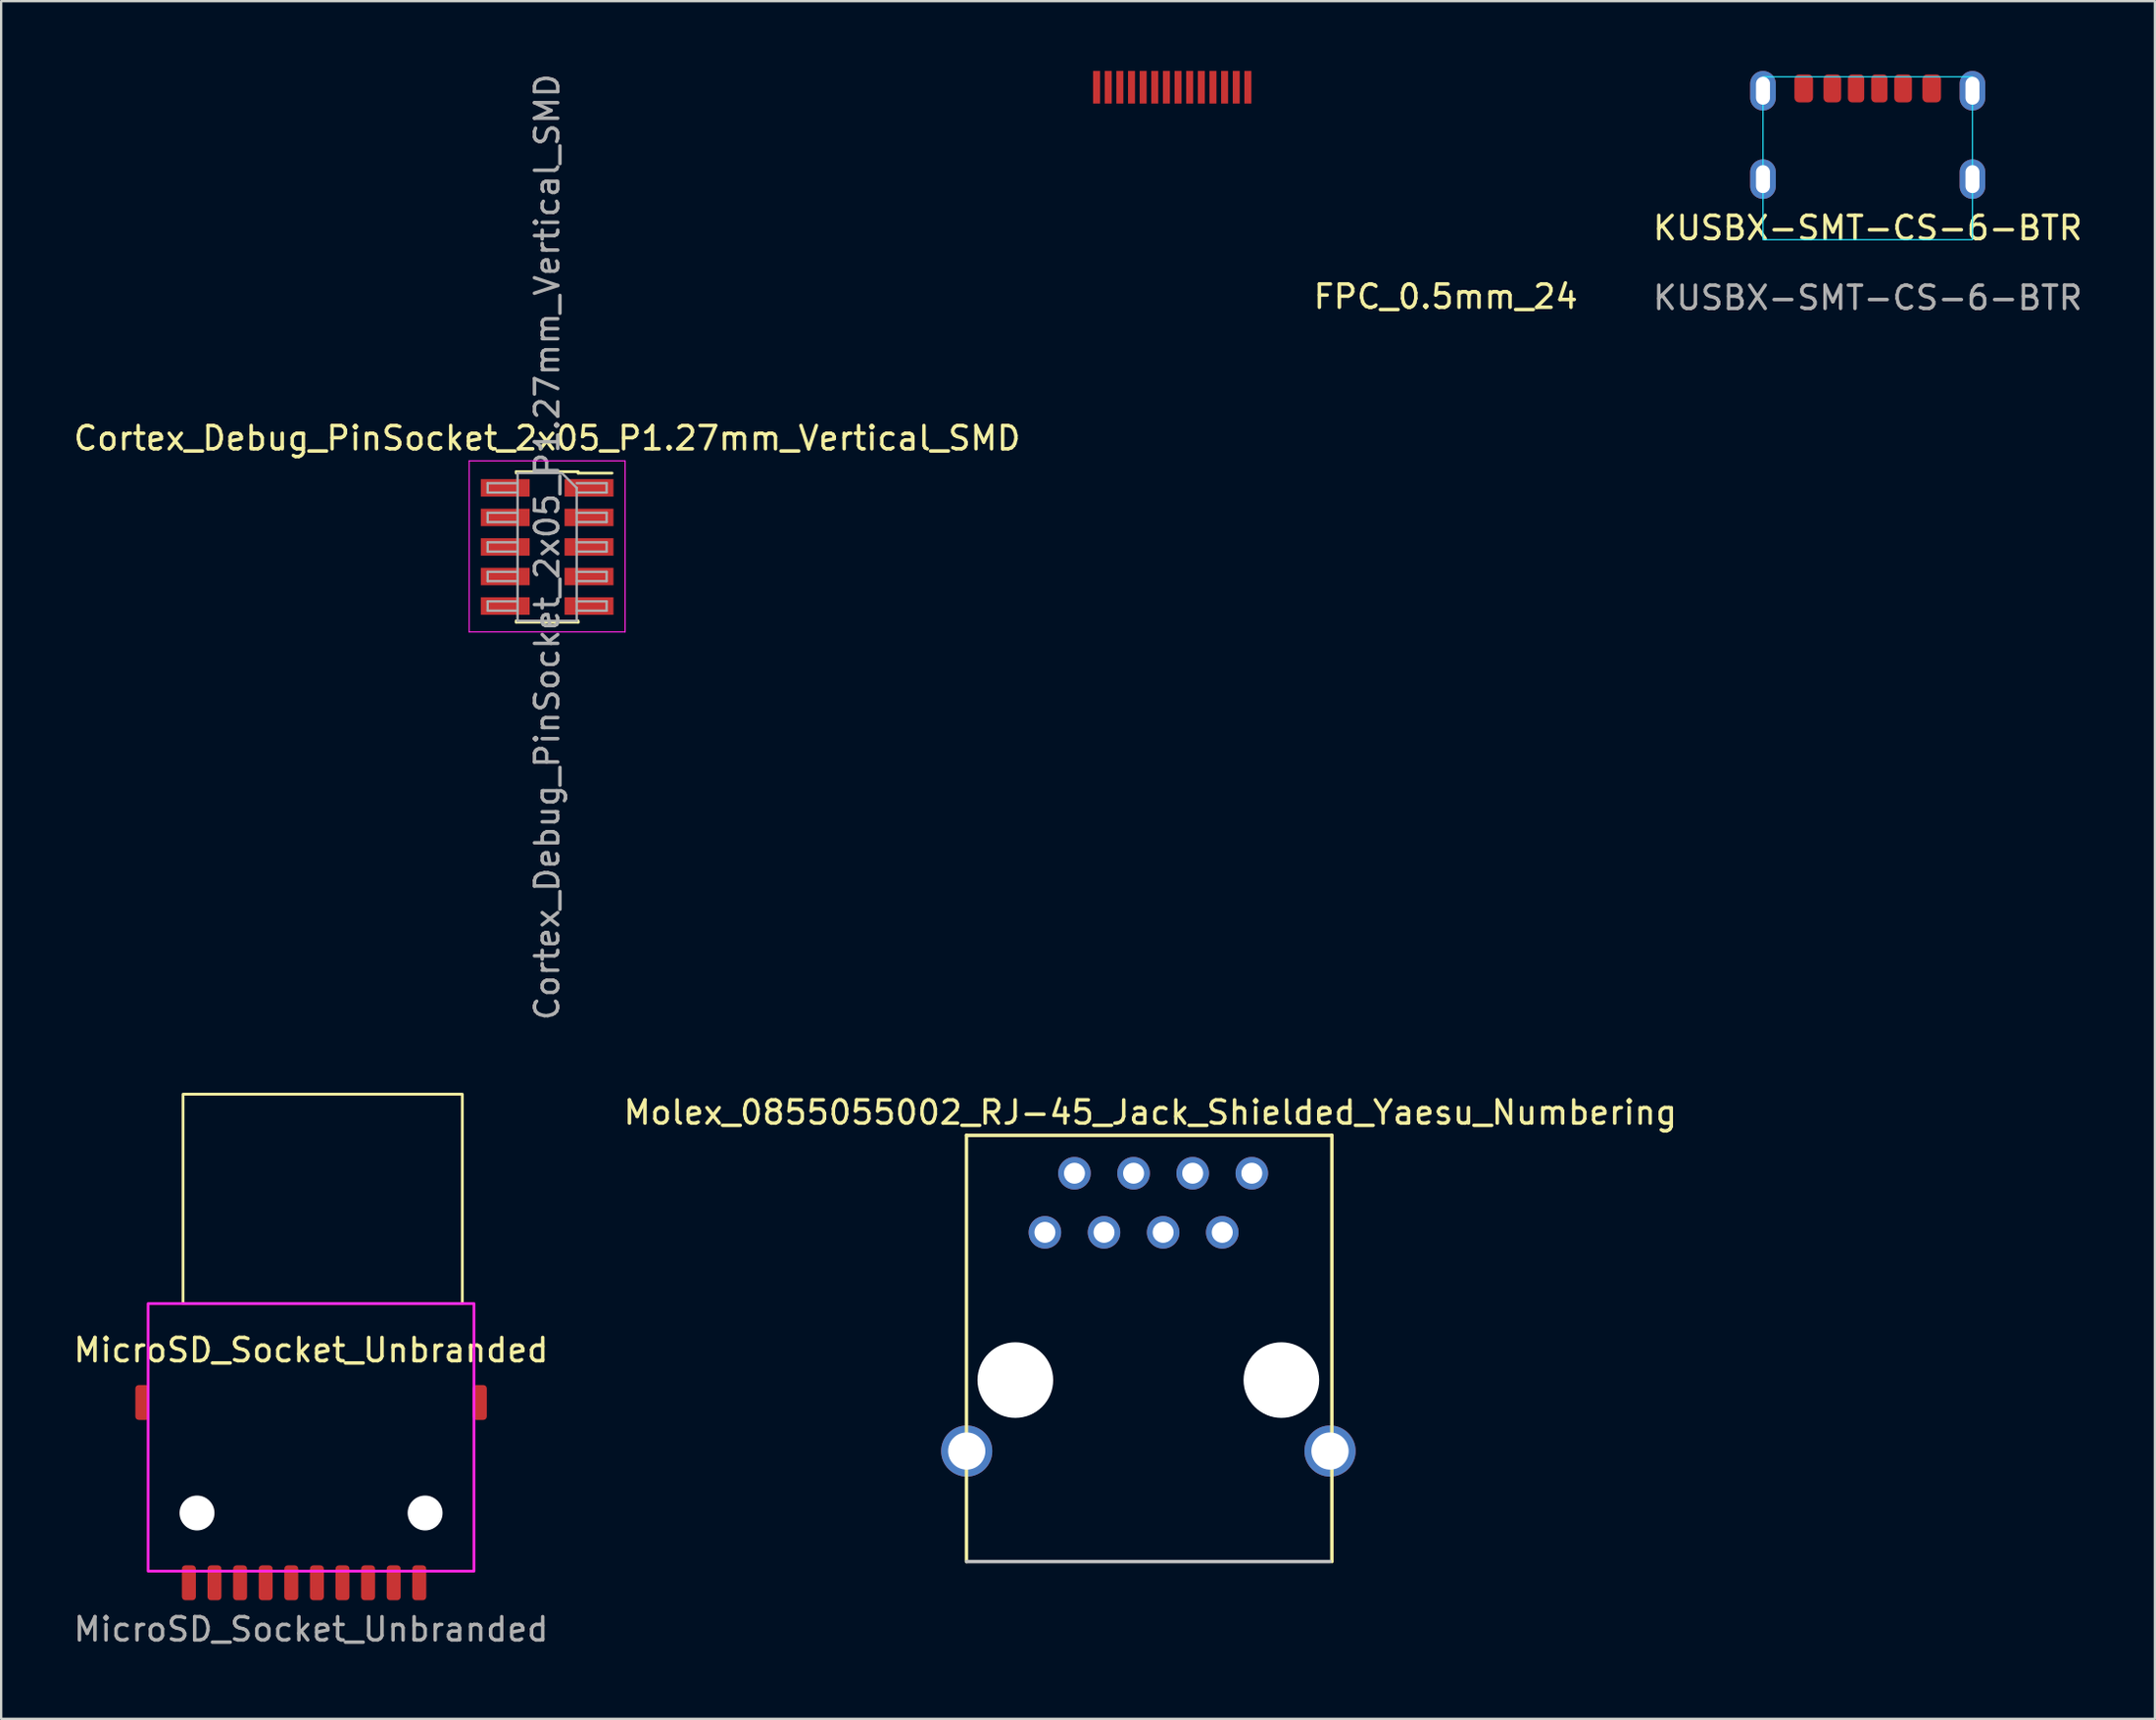
<source format=kicad_pcb>
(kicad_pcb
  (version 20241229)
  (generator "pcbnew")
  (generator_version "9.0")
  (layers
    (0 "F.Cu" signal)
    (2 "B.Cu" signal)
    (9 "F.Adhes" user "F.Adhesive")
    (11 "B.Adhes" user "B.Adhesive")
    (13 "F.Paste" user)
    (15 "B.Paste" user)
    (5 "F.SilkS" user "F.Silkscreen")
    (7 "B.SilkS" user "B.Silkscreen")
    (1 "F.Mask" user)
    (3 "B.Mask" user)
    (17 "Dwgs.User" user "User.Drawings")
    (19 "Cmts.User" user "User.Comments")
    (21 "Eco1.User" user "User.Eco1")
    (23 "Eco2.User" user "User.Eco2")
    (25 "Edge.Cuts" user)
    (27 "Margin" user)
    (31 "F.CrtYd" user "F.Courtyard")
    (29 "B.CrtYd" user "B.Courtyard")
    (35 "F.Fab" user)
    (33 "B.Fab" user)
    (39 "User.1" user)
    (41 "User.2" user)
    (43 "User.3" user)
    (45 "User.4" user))
  (footprint "Cortex_Debug_PinSocket_2x05_P1.27mm_Vertical_SMD"
    (layer "F.Cu")
    (at 20.458 20.458)
    (property "Reference" "Cortex_Debug_PinSocket_2x05_P1.27mm_Vertical_SMD" (at 0 -4.675 0) (layer "F.SilkS") (effects (font (size 1 1) (thickness 0.15))))
    (attr smd)
    (fp_line (start -1.33 -3.235) (end -1.33 -3.175) (stroke (width 0.12) (type solid)) (layer "F.SilkS"))
    (fp_line (start -1.33 -3.235) (end 1.33 -3.235) (stroke (width 0.12) (type solid)) (layer "F.SilkS"))
    (fp_line (start -1.33 3.175) (end -1.33 3.235) (stroke (width 0.12) (type solid)) (layer "F.SilkS"))
    (fp_line (start -1.33 3.235) (end 1.33 3.235) (stroke (width 0.12) (type solid)) (layer "F.SilkS"))
    (fp_line (start 1.33 -3.235) (end 1.33 -3.175) (stroke (width 0.12) (type solid)) (layer "F.SilkS"))
    (fp_line (start 1.33 -3.175) (end 2.79 -3.175) (stroke (width 0.12) (type solid)) (layer "F.SilkS"))
    (fp_line (start 1.33 3.175) (end 1.33 3.235) (stroke (width 0.12) (type solid)) (layer "F.SilkS"))
    (fp_line (start -3.35 -3.7) (end 3.35 -3.7) (stroke (width 0.05) (type solid)) (layer "F.CrtYd"))
    (fp_line (start -3.35 3.65) (end -3.35 -3.7) (stroke (width 0.05) (type solid)) (layer "F.CrtYd"))
    (fp_line (start 3.35 -3.7) (end 3.35 3.65) (stroke (width 0.05) (type solid)) (layer "F.CrtYd"))
    (fp_line (start 3.35 3.65) (end -3.35 3.65) (stroke (width 0.05) (type solid)) (layer "F.CrtYd"))
    (fp_line (start -2.555 -2.74) (end -1.27 -2.74) (stroke (width 0.1) (type solid)) (layer "F.Fab"))
    (fp_line (start -2.555 -2.34) (end -2.555 -2.74) (stroke (width 0.1) (type solid)) (layer "F.Fab"))
    (fp_line (start -2.555 -1.47) (end -1.27 -1.47) (stroke (width 0.1) (type solid)) (layer "F.Fab"))
    (fp_line (start -2.555 -1.07) (end -2.555 -1.47) (stroke (width 0.1) (type solid)) (layer "F.Fab"))
    (fp_line (start -2.555 -0.2) (end -1.27 -0.2) (stroke (width 0.1) (type solid)) (layer "F.Fab"))
    (fp_line (start -2.555 0.2) (end -2.555 -0.2) (stroke (width 0.1) (type solid)) (layer "F.Fab"))
    (fp_line (start -2.555 1.07) (end -1.27 1.07) (stroke (width 0.1) (type solid)) (layer "F.Fab"))
    (fp_line (start -2.555 1.47) (end -2.555 1.07) (stroke (width 0.1) (type solid)) (layer "F.Fab"))
    (fp_line (start -2.555 2.34) (end -1.27 2.34) (stroke (width 0.1) (type solid)) (layer "F.Fab"))
    (fp_line (start -2.555 2.74) (end -2.555 2.34) (stroke (width 0.1) (type solid)) (layer "F.Fab"))
    (fp_line (start -1.27 -3.175) (end 0.635 -3.175) (stroke (width 0.1) (type solid)) (layer "F.Fab"))
    (fp_line (start -1.27 -2.34) (end -2.555 -2.34) (stroke (width 0.1) (type solid)) (layer "F.Fab"))
    (fp_line (start -1.27 -1.07) (end -2.555 -1.07) (stroke (width 0.1) (type solid)) (layer "F.Fab"))
    (fp_line (start -1.27 0.2) (end -2.555 0.2) (stroke (width 0.1) (type solid)) (layer "F.Fab"))
    (fp_line (start -1.27 1.47) (end -2.555 1.47) (stroke (width 0.1) (type solid)) (layer "F.Fab"))
    (fp_line (start -1.27 2.74) (end -2.555 2.74) (stroke (width 0.1) (type solid)) (layer "F.Fab"))
    (fp_line (start -1.27 3.175) (end -1.27 -3.175) (stroke (width 0.1) (type solid)) (layer "F.Fab"))
    (fp_line (start 0.635 -3.175) (end 1.27 -2.54) (stroke (width 0.1) (type solid)) (layer "F.Fab"))
    (fp_line (start 1.27 -2.74) (end 2.555 -2.74) (stroke (width 0.1) (type solid)) (layer "F.Fab"))
    (fp_line (start 1.27 -2.54) (end 1.27 3.175) (stroke (width 0.1) (type solid)) (layer "F.Fab"))
    (fp_line (start 1.27 -1.47) (end 2.555 -1.47) (stroke (width 0.1) (type solid)) (layer "F.Fab"))
    (fp_line (start 1.27 -0.2) (end 2.555 -0.2) (stroke (width 0.1) (type solid)) (layer "F.Fab"))
    (fp_line (start 1.27 1.07) (end 2.555 1.07) (stroke (width 0.1) (type solid)) (layer "F.Fab"))
    (fp_line (start 1.27 2.34) (end 2.555 2.34) (stroke (width 0.1) (type solid)) (layer "F.Fab"))
    (fp_line (start 1.27 3.175) (end -1.27 3.175) (stroke (width 0.1) (type solid)) (layer "F.Fab"))
    (fp_line (start 2.555 -2.74) (end 2.555 -2.34) (stroke (width 0.1) (type solid)) (layer "F.Fab"))
    (fp_line (start 2.555 -2.34) (end 1.27 -2.34) (stroke (width 0.1) (type solid)) (layer "F.Fab"))
    (fp_line (start 2.555 -1.47) (end 2.555 -1.07) (stroke (width 0.1) (type solid)) (layer "F.Fab"))
    (fp_line (start 2.555 -1.07) (end 1.27 -1.07) (stroke (width 0.1) (type solid)) (layer "F.Fab"))
    (fp_line (start 2.555 -0.2) (end 2.555 0.2) (stroke (width 0.1) (type solid)) (layer "F.Fab"))
    (fp_line (start 2.555 0.2) (end 1.27 0.2) (stroke (width 0.1) (type solid)) (layer "F.Fab"))
    (fp_line (start 2.555 1.07) (end 2.555 1.47) (stroke (width 0.1) (type solid)) (layer "F.Fab"))
    (fp_line (start 2.555 1.47) (end 1.27 1.47) (stroke (width 0.1) (type solid)) (layer "F.Fab"))
    (fp_line (start 2.555 2.34) (end 2.555 2.74) (stroke (width 0.1) (type solid)) (layer "F.Fab"))
    (fp_line (start 2.555 2.74) (end 1.27 2.74) (stroke (width 0.1) (type solid)) (layer "F.Fab"))
    (fp_text user "${REFERENCE}" (at 0 0 90) (layer "F.Fab") (effects (font (size 1 1) (thickness 0.15))))
    (pad "1" smd rect (at 1.8 -2.54) (size 2.1 0.75) (layers "F.Cu" "F.Mask" "F.Paste"))
    (pad "2" smd rect (at -1.8 -2.54) (size 2.1 0.75) (layers "F.Cu" "F.Mask" "F.Paste"))
    (pad "3" smd rect (at 1.8 -1.27) (size 2.1 0.75) (layers "F.Cu" "F.Mask" "F.Paste"))
    (pad "4" smd rect (at -1.8 -1.27) (size 2.1 0.75) (layers "F.Cu" "F.Mask" "F.Paste"))
    (pad "5" smd rect (at 1.8 0) (size 2.1 0.75) (layers "F.Cu" "F.Mask" "F.Paste"))
    (pad "6" smd rect (at -1.8 0) (size 2.1 0.75) (layers "F.Cu" "F.Mask" "F.Paste"))
    (pad "7" smd rect (at 1.8 1.27) (size 2.1 0.75) (layers "F.Cu" "F.Mask" "F.Paste"))
    (pad "8" smd rect (at -1.8 1.27) (size 2.1 0.75) (layers "F.Cu" "F.Mask" "F.Paste"))
    (pad "9" smd rect (at 1.8 2.54) (size 2.1 0.75) (layers "F.Cu" "F.Mask" "F.Paste"))
    (pad "10" smd rect (at -1.8 2.54) (size 2.1 0.75) (layers "F.Cu" "F.Mask" "F.Paste")))
  (footprint "FPC_0.5mm_24"
    (layer "F.Cu")
    (at 59.067 0.7)
    (property "Reference" "FPC_0.5mm_24" (at 0 9 0) (layer "F.SilkS") (effects (font (size 1 1) (thickness 0.15))))
    (attr through_hole)
    (pad "1" smd rect (at -15 0) (size 0.3 1.4) (layers "F.Cu" "F.Mask" "F.Paste"))
    (pad "2" smd rect (at -14.5 0) (size 0.3 1.4) (layers "F.Cu" "F.Mask" "F.Paste"))
    (pad "3" smd rect (at -14 0) (size 0.3 1.4) (layers "F.Cu" "F.Mask" "F.Paste"))
    (pad "4" smd rect (at -13.5 0) (size 0.3 1.4) (layers "F.Cu" "F.Mask" "F.Paste"))
    (pad "5" smd rect (at -13 0) (size 0.3 1.4) (layers "F.Cu" "F.Mask" "F.Paste"))
    (pad "6" smd rect (at -12.5 0) (size 0.3 1.4) (layers "F.Cu" "F.Mask" "F.Paste"))
    (pad "7" smd rect (at -12 0) (size 0.3 1.4) (layers "F.Cu" "F.Mask" "F.Paste"))
    (pad "8" smd rect (at -11.5 0) (size 0.3 1.4) (layers "F.Cu" "F.Mask" "F.Paste"))
    (pad "9" smd rect (at -11 0) (size 0.3 1.4) (layers "F.Cu" "F.Mask" "F.Paste"))
    (pad "10" smd rect (at -10.5 0) (size 0.3 1.4) (layers "F.Cu" "F.Mask" "F.Paste"))
    (pad "11" smd rect (at -10 0) (size 0.3 1.4) (layers "F.Cu" "F.Mask" "F.Paste"))
    (pad "12" smd rect (at -9.5 0) (size 0.3 1.4) (layers "F.Cu" "F.Mask" "F.Paste"))
    (pad "13" smd rect (at -9 0) (size 0.3 1.4) (layers "F.Cu" "F.Mask" "F.Paste"))
    (pad "14" smd rect (at -8.5 0) (size 0.3 1.4) (layers "F.Cu" "F.Mask" "F.Paste")))
  (footprint "KUSBX-SMT-CS-6-BTR"
    (layer "F.Cu")
    (at 77.198 7.25)
    (property "Reference" "KUSBX-SMT-CS-6-BTR" (at 0 -0.5 0) (unlocked yes) (layer "F.SilkS") (effects (font (size 1 1) (thickness 0.15))))
    (attr smd)
    (fp_rect (start -4.5 0) (end 4.5 -7) (stroke (width 0.05) (type solid)) (fill no) (layer "B.CrtYd"))
    (fp_text user "${REFERENCE}" (at 0 2.5 0) (unlocked yes) (layer "F.Fab") (effects (font (size 1 1) (thickness 0.15))))
    (pad "A5" smd roundrect (at -0.5 -6.5) (size 0.7 1.2) (layers "F.Cu" "F.Mask" "F.Paste") (roundrect_rratio 0.25))
    (pad "A9" smd roundrect (at 1.52 -6.5) (size 0.76 1.2) (layers "F.Cu" "F.Mask" "F.Paste") (roundrect_rratio 0.25))
    (pad "A12" smd roundrect (at 2.75 -6.5) (size 0.8 1.2) (layers "F.Cu" "F.Mask" "F.Paste") (roundrect_rratio 0.25))
    (pad "B5" smd roundrect (at 0.5 -6.5) (size 0.7 1.2) (layers "F.Cu" "F.Mask" "F.Paste") (roundrect_rratio 0.25))
    (pad "B9" smd roundrect (at -1.52 -6.5) (size 0.76 1.2) (layers "F.Cu" "F.Mask" "F.Paste") (roundrect_rratio 0.25))
    (pad "B12" smd roundrect (at -2.75 -6.5) (size 0.8 1.2) (layers "F.Cu" "F.Mask" "F.Paste") (roundrect_rratio 0.25))
    (pad "S1" thru_hole oval (at -4.5 -6.4) (size 1.1 1.7) (drill oval 0.6 1.2) (layers "*.Cu" "*.Mask"))
    (pad "S1" thru_hole oval (at -4.5 -2.6) (size 1.1 1.7) (drill oval 0.6 1.2) (layers "*.Cu" "*.Mask"))
    (pad "S1" thru_hole oval (at 4.5 -6.4) (size 1.1 1.7) (drill oval 0.6 1.2) (layers "*.Cu" "*.Mask"))
    (pad "S1" thru_hole oval (at 4.5 -2.6) (size 1.1 1.7) (drill oval 0.6 1.2) (layers "*.Cu" "*.Mask")))
  (footprint "Molex_0855055002_RJ-45_Jack_Shielded_Yaesu_Numbering"
    (layer "F.Cu")
    (at 40.575 56.265)
    (property "Reference" "Molex_0855055002_RJ-45_Jack_Shielded_Yaesu_Numbering" (at 5.8 -11.5 0) (layer "F.SilkS") (effects (font (size 1 1) (thickness 0.15))))
    (attr through_hole)
    (fp_line (start -2.1 -10.52) (end 13.6 -10.52) (stroke (width 0.15) (type solid)) (layer "F.SilkS"))
    (fp_line (start -2.1 7.8) (end -2.1 -10.52) (stroke (width 0.15) (type solid)) (layer "F.SilkS"))
    (fp_line (start 13.6 -10.52) (end 13.6 7.8) (stroke (width 0.15) (type solid)) (layer "F.SilkS"))
    (fp_line (start -2.09 7.8) (end 13.52 7.8) (stroke (width 0.15) (type solid)) (layer "Dwgs.User"))
    (pad "" np_thru_hole circle (at 0 0) (size 3.25 3.25) (drill 3.25) (layers "*.Cu" "*.Mask"))
    (pad "" np_thru_hole circle (at 11.43 0) (size 3.25 3.25) (drill 3.25) (layers "*.Cu" "*.Mask"))
    (pad "1" thru_hole circle (at 10.16 -8.89) (size 1.4 1.4) (drill 0.9) (layers "*.Cu" "*.Mask"))
    (pad "2" thru_hole circle (at 8.89 -6.35) (size 1.4 1.4) (drill 0.9) (layers "*.Cu" "*.Mask"))
    (pad "3" thru_hole circle (at 7.62 -8.89) (size 1.4 1.4) (drill 0.9) (layers "*.Cu" "*.Mask"))
    (pad "4" thru_hole circle (at 6.35 -6.35) (size 1.4 1.4) (drill 0.9) (layers "*.Cu" "*.Mask"))
    (pad "5" thru_hole circle (at 5.08 -8.89) (size 1.4 1.4) (drill 0.9) (layers "*.Cu" "*.Mask"))
    (pad "6" thru_hole circle (at 3.81 -6.35) (size 1.4 1.4) (drill 0.9) (layers "*.Cu" "*.Mask"))
    (pad "7" thru_hole circle (at 2.54 -8.89) (size 1.4 1.4) (drill 0.9) (layers "*.Cu" "*.Mask"))
    (pad "8" thru_hole circle (at 1.27 -6.35) (size 1.4 1.4) (drill 0.9) (layers "*.Cu" "*.Mask"))
    (pad "SH" thru_hole circle (at -2.09 3.05) (size 2.2 2.2) (drill 1.6) (layers "*.Cu" "*.Mask"))
    (pad "SH" thru_hole circle (at 13.52 3.05) (size 2.2 2.2) (drill 1.6) (layers "*.Cu" "*.Mask")))
  (footprint "MicroSD_Socket_Unbranded"
    (layer "F.Cu")
    (at 10.315 64.477)
    (property "Reference" "MicroSD_Socket_Unbranded" (at 0 -9.5 0) (unlocked yes) (layer "F.SilkS") (effects (font (size 1 1) (thickness 0.15))))
    (attr smd)
    (fp_rect (start -5.5 -20.5) (end 6.5 -11.5) (stroke (width 0.12) (type default)) (fill no) (layer "F.SilkS"))
    (fp_rect (start -7 -11.5) (end 7 0) (stroke (width 0.12) (type default)) (fill no) (layer "F.CrtYd"))
    (fp_text user "${REFERENCE}" (at 0 2.5 0) (unlocked yes) (layer "F.Fab") (effects (font (size 1 1) (thickness 0.15))))
    (pad "" np_thru_hole circle (at -4.9 -2.5 180) (size 1.5 1.5) (drill 1.5) (layers "*.Cu" "*.Mask"))
    (pad "" np_thru_hole circle (at 4.9 -2.5 180) (size 1.5 1.5) (drill 1.5) (layers "*.Cu" "*.Mask"))
    (pad "1" smd roundrect (at -3.05 0.5 180) (size 0.6 1.5) (layers "F.Cu" "F.Mask" "F.Paste") (roundrect_rratio 0.25))
    (pad "2" smd roundrect (at -1.95 0.5 180) (size 0.6 1.5) (layers "F.Cu" "F.Mask" "F.Paste") (roundrect_rratio 0.25))
    (pad "3" smd roundrect (at -0.85 0.5 180) (size 0.6 1.5) (layers "F.Cu" "F.Mask" "F.Paste") (roundrect_rratio 0.25))
    (pad "4" smd roundrect (at 0.25 0.5 180) (size 0.6 1.5) (layers "F.Cu" "F.Mask" "F.Paste") (roundrect_rratio 0.25))
    (pad "5" smd roundrect (at 1.35 0.5 180) (size 0.6 1.5) (layers "F.Cu" "F.Mask" "F.Paste") (roundrect_rratio 0.25))
    (pad "6" smd roundrect (at 2.45 0.5 180) (size 0.6 1.5) (layers "F.Cu" "F.Mask" "F.Paste") (roundrect_rratio 0.25))
    (pad "7" smd roundrect (at 3.55 0.5 180) (size 0.6 1.5) (layers "F.Cu" "F.Mask" "F.Paste") (roundrect_rratio 0.25))
    (pad "8" smd roundrect (at 4.65 0.5 180) (size 0.6 1.5) (layers "F.Cu" "F.Mask" "F.Paste") (roundrect_rratio 0.25))
    (pad "9" smd roundrect (at -4.15 0.5 180) (size 0.6 1.5) (layers "F.Cu" "F.Mask" "F.Paste") (roundrect_rratio 0.25))
    (pad "10" smd roundrect (at -5.25 0.5 180) (size 0.6 1.5) (layers "F.Cu" "F.Mask" "F.Paste") (roundrect_rratio 0.25))
    (pad "11" smd roundrect (at -7.25 -7.25 180) (size 0.6 1.5) (layers "F.Cu" "F.Mask" "F.Paste") (roundrect_rratio 0.25))
    (pad "11" smd roundrect (at 7.25 -7.25 180) (size 0.6 1.5) (layers "F.Cu" "F.Mask" "F.Paste") (roundrect_rratio 0.25)))
  (gr_rect
    (start -3 -3)
    (end 89.537 70.825)
    (stroke (width 0.1) (type default))
    (fill no)
    (layer "Edge.Cuts")))
</source>
